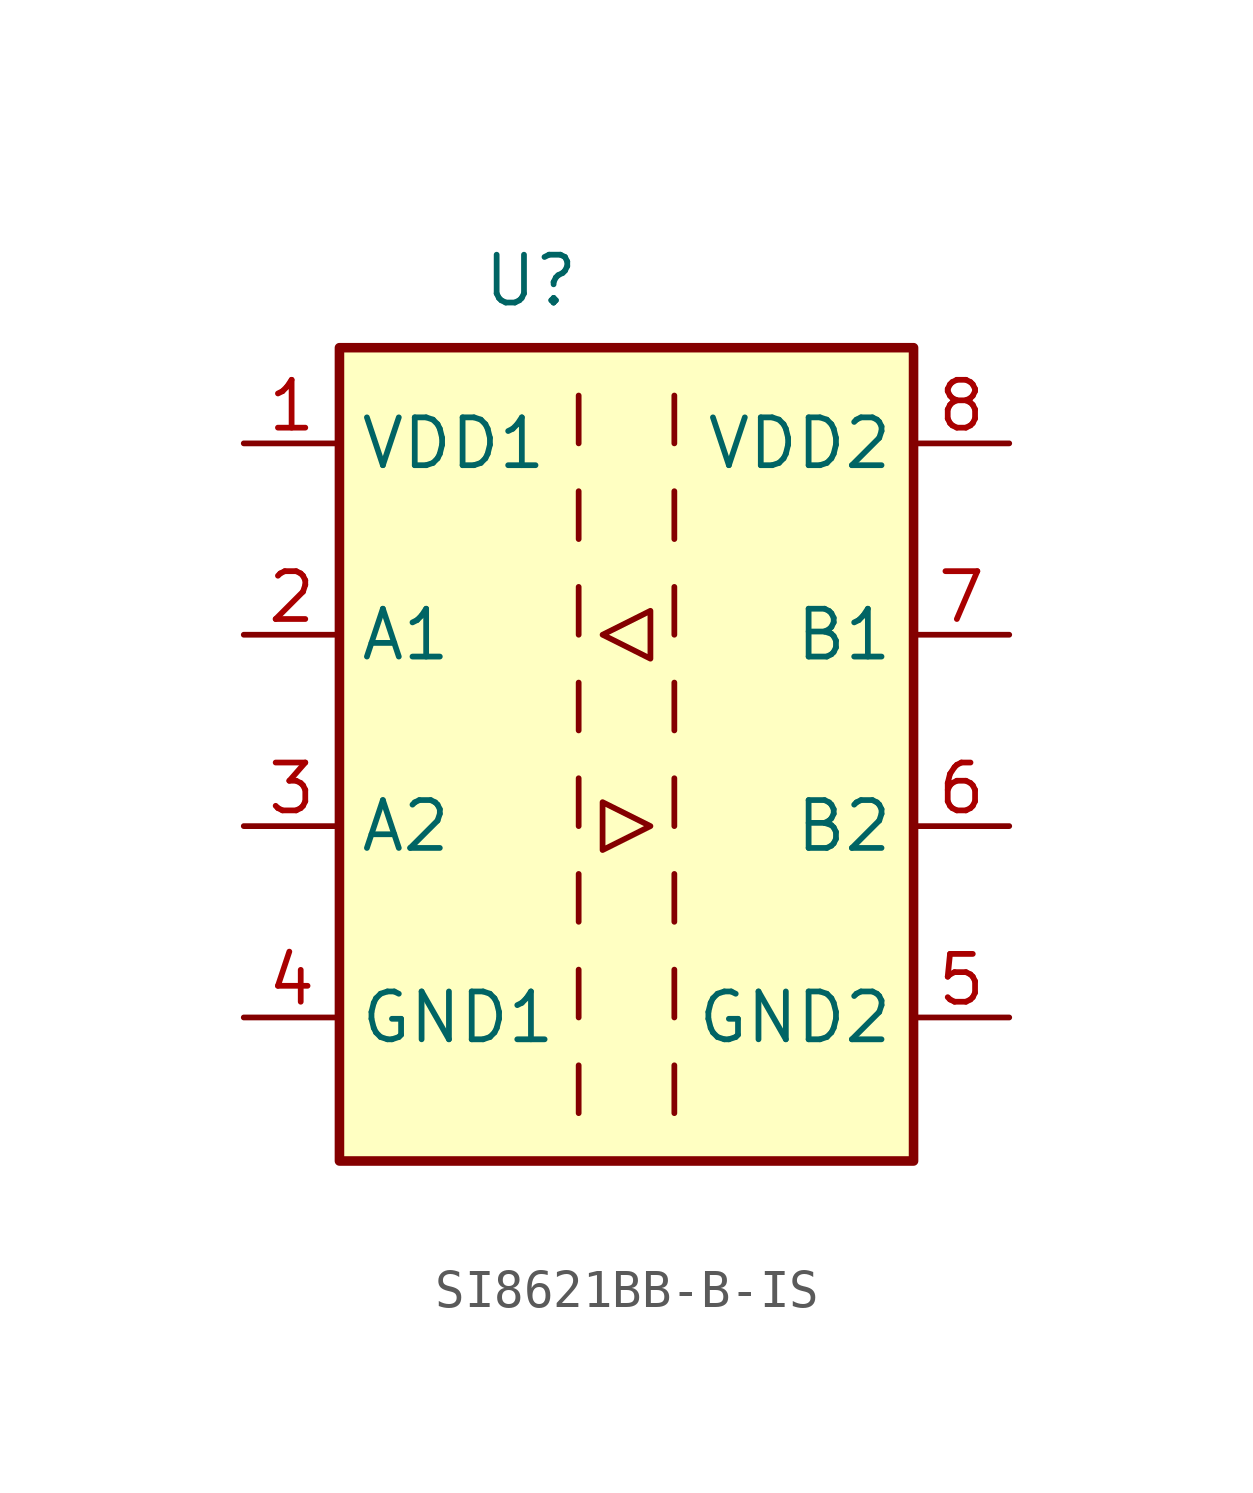
<source format=kicad_sym>
(kicad_symbol_lib
  (version 20231120)
  (generator "kicad_symbol_editor")
  (generator_version "8.0")
  (symbol "SI8621BB-B-IS"
    (property "Reference" "U"
      (at -2.54 13.208 0)
      (effects (font (size 1.27 1.27))))
    (symbol "SI8621BB-B-IS_0_1"
      (rectangle (start -7.62 11.43) (end 7.62 -10.16) (stroke (width 0.254) (type default)) (fill (type background)))
      (polyline (pts (xy -1.27 -7.62) (xy -1.27 -8.89)) (stroke (width 0) (type default)) (fill (type none)))
      (polyline (pts (xy -1.27 -5.08) (xy -1.27 -6.35)) (stroke (width 0) (type default)) (fill (type none)))
      (polyline (pts (xy -1.27 -2.54) (xy -1.27 -3.81)) (stroke (width 0) (type default)) (fill (type none)))
      (polyline (pts (xy -1.27 0) (xy -1.27 -1.27)) (stroke (width 0) (type default)) (fill (type none)))
      (polyline (pts (xy -1.27 2.54) (xy -1.27 1.27)) (stroke (width 0) (type default)) (fill (type none)))
      (polyline (pts (xy -1.27 5.08) (xy -1.27 3.81)) (stroke (width 0) (type default)) (fill (type none)))
      (polyline (pts (xy -1.27 7.62) (xy -1.27 6.35)) (stroke (width 0) (type default)) (fill (type none)))
      (polyline (pts (xy -1.27 10.16) (xy -1.27 8.89)) (stroke (width 0) (type default)) (fill (type none)))
      (polyline (pts (xy 1.27 -7.62) (xy 1.27 -8.89)) (stroke (width 0) (type default)) (fill (type none)))
      (polyline (pts (xy 1.27 -5.08) (xy 1.27 -6.35)) (stroke (width 0) (type default)) (fill (type none)))
      (polyline (pts (xy 1.27 -2.54) (xy 1.27 -3.81)) (stroke (width 0) (type default)) (fill (type none)))
      (polyline (pts (xy 1.27 0) (xy 1.27 -1.27)) (stroke (width 0) (type default)) (fill (type none)))
      (polyline (pts (xy 1.27 2.54) (xy 1.27 1.27)) (stroke (width 0) (type default)) (fill (type none)))
      (polyline (pts (xy 1.27 5.08) (xy 1.27 3.81)) (stroke (width 0) (type default)) (fill (type none)))
      (polyline (pts (xy 1.27 7.62) (xy 1.27 6.35)) (stroke (width 0) (type default)) (fill (type none)))
      (polyline (pts (xy 1.27 10.16) (xy 1.27 8.89)) (stroke (width 0) (type default)) (fill (type none)))
      (polyline (pts (xy -0.635 -0.635) (xy -0.635 -1.905) (xy 0.635 -1.27) (xy -0.635 -0.635)) (stroke (width 0) (type default)) (fill (type none)))
      (polyline (pts (xy 0.635 3.175) (xy 0.635 4.445) (xy -0.635 3.81) (xy 0.635 3.175)) (stroke (width 0) (type default)) (fill (type none))))
    (symbol "SI8621BB-B-IS_1_1"
      (pin power_in line (at -10.16 8.89 0) (length 2.54) (name "VDD1" (effects (font (size 1.27 1.27)))) (number "1" (effects (font (size 1.27 1.27)))))
      (pin input line (at -10.16 3.81 0) (length 2.54) (name "A1" (effects (font (size 1.27 1.27)))) (number "2" (effects (font (size 1.27 1.27)))))
      (pin input line (at -10.16 -1.27 0) (length 2.54) (name "A2" (effects (font (size 1.27 1.27)))) (number "3" (effects (font (size 1.27 1.27)))))
      (pin power_in line (at -10.16 -6.35 0) (length 2.54) (name "GND1" (effects (font (size 1.27 1.27)))) (number "4" (effects (font (size 1.27 1.27)))))
      (pin power_in line (at 10.16 -6.35 180) (length 2.54) (name "GND2" (effects (font (size 1.27 1.27)))) (number "5" (effects (font (size 1.27 1.27)))))
      (pin output line (at 10.16 -1.27 180) (length 2.54) (name "B2" (effects (font (size 1.27 1.27)))) (number "6" (effects (font (size 1.27 1.27)))))
      (pin output line (at 10.16 3.81 180) (length 2.54) (name "B1" (effects (font (size 1.27 1.27)))) (number "7" (effects (font (size 1.27 1.27)))))
      (pin power_in line (at 10.16 8.89 180) (length 2.54) (name "VDD2" (effects (font (size 1.27 1.27)))) (number "8" (effects (font (size 1.27 1.27))))))))
</source>
